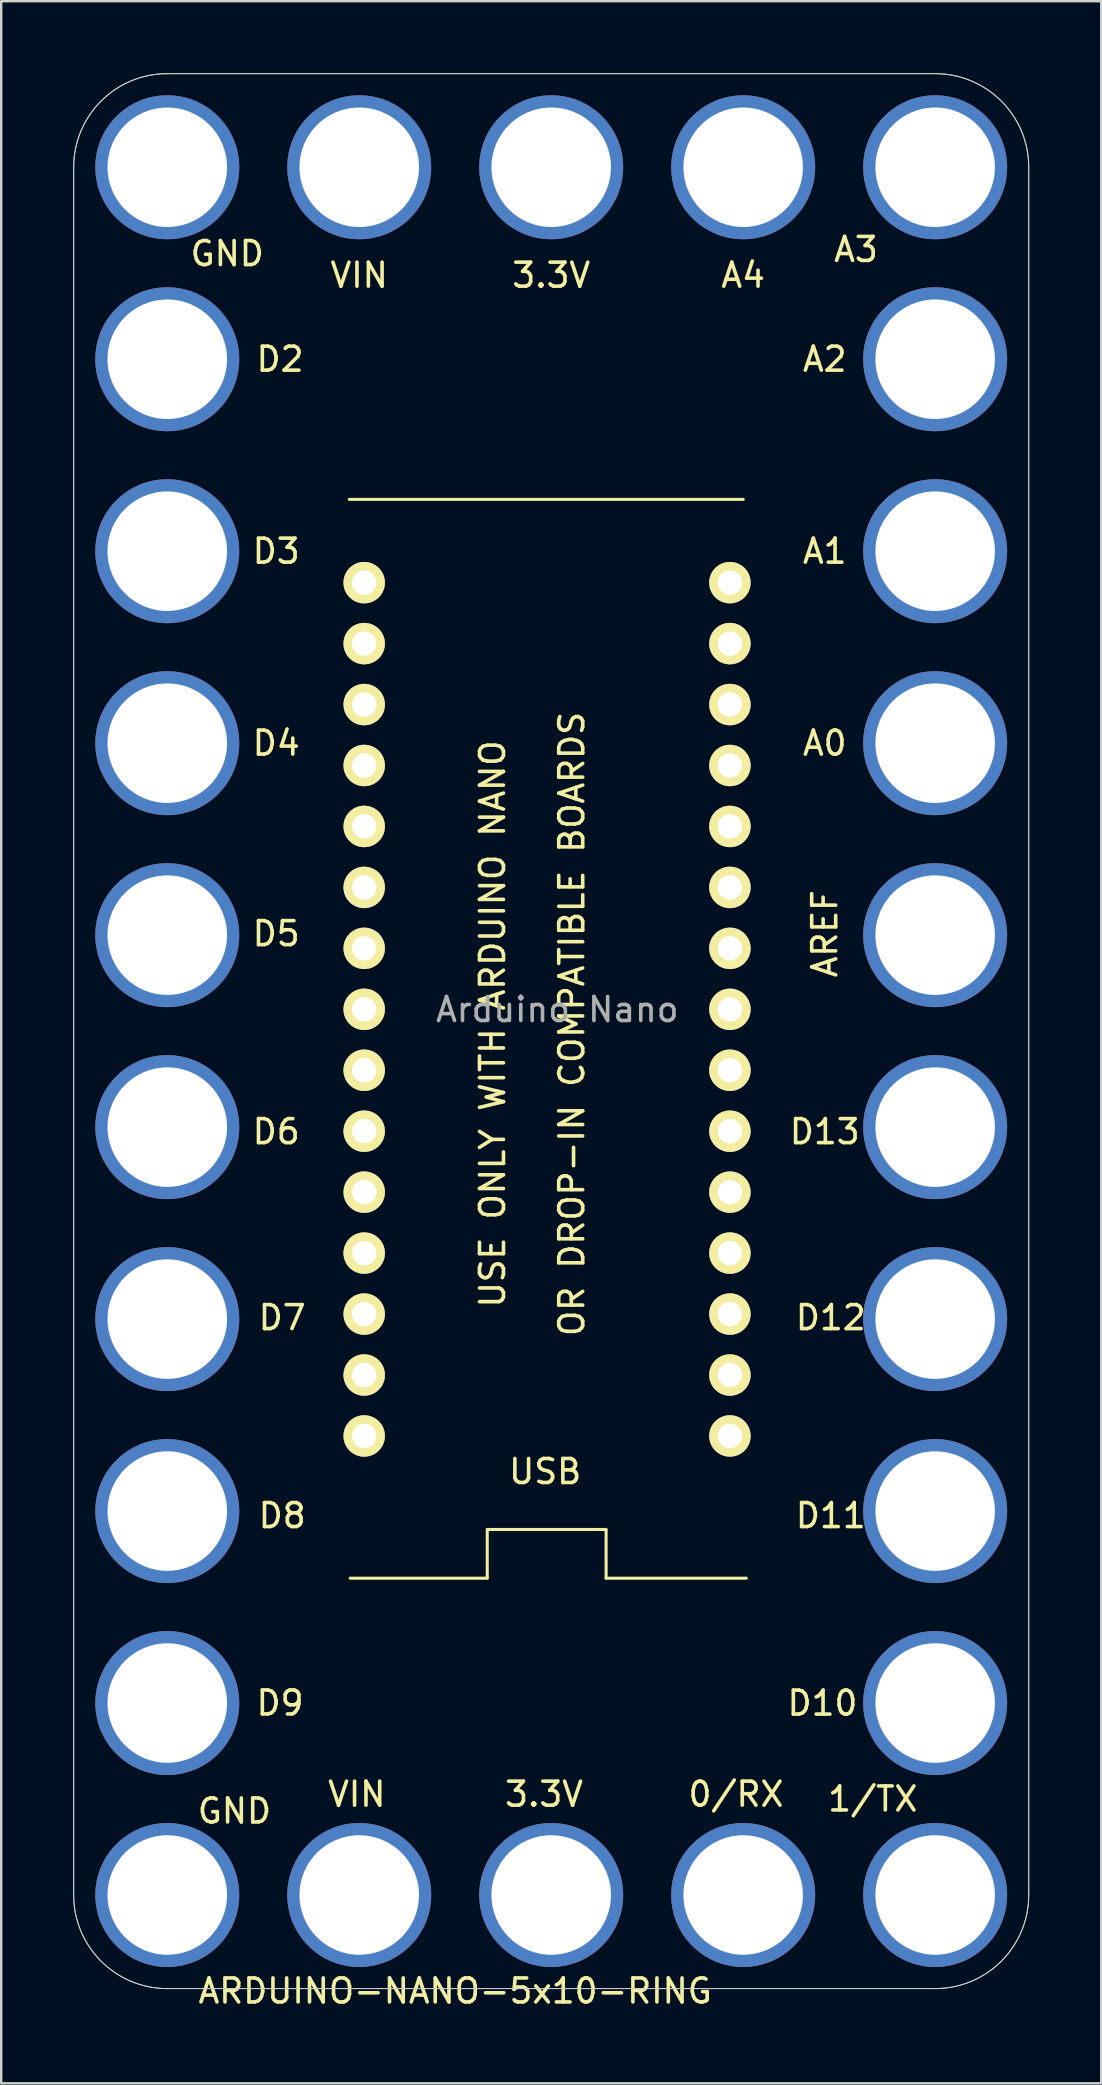
<source format=kicad_pcb>
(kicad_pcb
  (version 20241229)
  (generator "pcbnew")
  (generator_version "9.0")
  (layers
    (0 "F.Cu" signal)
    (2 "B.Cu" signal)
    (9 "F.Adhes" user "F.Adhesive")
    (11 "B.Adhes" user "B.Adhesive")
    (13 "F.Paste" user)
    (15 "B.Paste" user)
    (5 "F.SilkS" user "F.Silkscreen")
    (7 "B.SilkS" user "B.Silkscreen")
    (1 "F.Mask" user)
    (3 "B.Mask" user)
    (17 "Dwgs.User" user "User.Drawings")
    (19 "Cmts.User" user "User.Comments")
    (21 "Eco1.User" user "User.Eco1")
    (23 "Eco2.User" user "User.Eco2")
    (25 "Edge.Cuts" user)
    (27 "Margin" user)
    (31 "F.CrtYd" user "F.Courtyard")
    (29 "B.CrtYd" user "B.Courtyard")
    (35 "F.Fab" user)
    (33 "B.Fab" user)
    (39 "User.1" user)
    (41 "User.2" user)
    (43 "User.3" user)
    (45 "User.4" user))
  (footprint "ARDUINO-NANO-5x10-RING"
    (layer "F.Cu")
    (at 3.92 27.92)
    (property "Reference" "ARDUINO-NANO-5x10-RING" (at 12 52 0) (layer "F.SilkS") (effects (font (size 1 1) (thickness 0.15))))
    (attr through_hole)
    (fp_line (start 7.587 -10.16) (end 24.003 -10.16) (stroke (width 0.127) (type solid)) (layer "F.SilkS"))
    (fp_line (start 7.62 34.798) (end 13.335 34.798) (stroke (width 0.127) (type solid)) (layer "F.SilkS"))
    (fp_line (start 13.335 34.791) (end 13.335 32.791) (stroke (width 0.127) (type solid)) (layer "F.SilkS"))
    (fp_line (start 18.288 32.766) (end 13.335 32.766) (stroke (width 0.127) (type solid)) (layer "F.SilkS"))
    (fp_line (start 18.288 34.798) (end 18.287 32.791) (stroke (width 0.127) (type solid)) (layer "F.SilkS"))
    (fp_line (start 18.288 34.798) (end 24.13 34.798) (stroke (width 0.127) (type solid)) (layer "F.SilkS"))
    (fp_line (start -3.9 -24) (end -3.9 48) (stroke (width 0.041) (type solid)) (layer "Edge.Cuts"))
    (fp_line (start 0 51.9) (end 32 51.9) (stroke (width 0.041) (type solid)) (layer "Edge.Cuts"))
    (fp_line (start 32 -27.9) (end 0 -27.9) (stroke (width 0.041) (type solid)) (layer "Edge.Cuts"))
    (fp_line (start 35.9 48) (end 35.9 -24) (stroke (width 0.041) (type solid)) (layer "Edge.Cuts"))
    (fp_arc (start -3.9 -24) (mid -2.757716 -26.757716) (end 0 -27.9) (stroke (width 0.04064) (type solid)) (layer "Edge.Cuts"))
    (fp_arc (start 0 51.9) (mid -2.755309 50.760122) (end -3.899994 48.006807) (stroke (width 0.04064) (type solid)) (layer "Edge.Cuts"))
    (fp_arc (start 32 -27.9) (mid 34.755309 -26.760122) (end 35.899994 -24.006807) (stroke (width 0.04064) (type solid)) (layer "Edge.Cuts"))
    (fp_arc (start 35.9 48) (mid 34.757716 50.757716) (end 32 51.9) (stroke (width 0.04064) (type solid)) (layer "Edge.Cuts"))
    (fp_line (start -3.9 -24) (end -3.9 48) (stroke (width 0.041) (type solid)) (layer "F.Fab"))
    (fp_line (start 0 51.9) (end 32 51.9) (stroke (width 0.041) (type solid)) (layer "F.Fab"))
    (fp_line (start 32 -27.9) (end 0 -27.9) (stroke (width 0.041) (type solid)) (layer "F.Fab"))
    (fp_line (start 35.9 48) (end 35.9 -24) (stroke (width 0.041) (type solid)) (layer "F.Fab"))
    (fp_arc (start -3.9 -24) (mid -2.757716 -26.757716) (end 0 -27.9) (stroke (width 0.04064) (type solid)) (layer "F.Fab"))
    (fp_arc (start 0 51.9) (mid -2.755309 50.760122) (end -3.899994 48.006807) (stroke (width 0.04064) (type solid)) (layer "F.Fab"))
    (fp_arc (start 32 -27.9) (mid 34.755309 -26.760122) (end 35.899994 -24.006807) (stroke (width 0.04064) (type solid)) (layer "F.Fab"))
    (fp_arc (start 35.9 48) (mid 34.757716 50.757716) (end 32 51.9) (stroke (width 0.04064) (type solid)) (layer "F.Fab"))
    (fp_text user "USE ONLY WITH ARDUINO NANO" (at 13.556 11.701 90) (layer "F.SilkS") (effects (font (size 1 1) (thickness 0.15))))
    (fp_text user "GND" (at 2.8 44.5 180) (layer "F.SilkS") (effects (font (size 1 1) (thickness 0.15))))
    (fp_text user "D8" (at 4.79 32.19 0) (layer "F.SilkS") (effects (font (size 1 1) (thickness 0.15))))
    (fp_text user "A1" (at 27.4 -8 0) (layer "F.SilkS") (effects (font (size 1 1) (thickness 0.15))))
    (fp_text user "3.3V" (at 16 -19.5 0) (layer "F.SilkS") (effects (font (size 1 1) (thickness 0.15))))
    (fp_text user "A4" (at 24 -19.5 0) (layer "F.SilkS") (effects (font (size 1 1) (thickness 0.15))))
    (fp_text user "D2" (at 4.7 -16 0) (layer "F.SilkS") (effects (font (size 1 1) (thickness 0.15))))
    (fp_text user "OR DROP-IN COMPATIBLE BOARDS" (at 16.858 11.701 90) (layer "F.SilkS") (effects (font (size 1 1) (thickness 0.15))))
    (fp_text user "A3" (at 28.702 -20.574 0) (layer "F.SilkS") (effects (font (size 1 1) (thickness 0.15))))
    (fp_text user "1/TX" (at 29.4 44 0) (layer "F.SilkS") (effects (font (size 1 1) (thickness 0.15))))
    (fp_text user "VIN" (at 8 -19.5 0) (layer "F.SilkS") (effects (font (size 1 1) (thickness 0.15))))
    (fp_text user "0/RX" (at 23.7 43.8 0) (layer "F.SilkS") (effects (font (size 1 1) (thickness 0.15))))
    (fp_text user "AREF" (at 27.4 7.94 90) (layer "F.SilkS") (effects (font (size 1 1) (thickness 0.15))))
    (fp_text user "D7" (at 4.79 23.94 0) (layer "F.SilkS") (effects (font (size 1 1) (thickness 0.15))))
    (fp_text user "D3" (at 4.54 -8 0) (layer "F.SilkS") (effects (font (size 1 1) (thickness 0.15))))
    (fp_text user "D12" (at 27.65 23.94 0) (layer "F.SilkS") (effects (font (size 1 1) (thickness 0.15))))
    (fp_text user "USB" (at 15.748 30.353 0) (layer "F.SilkS") (effects (font (size 1 1) (thickness 0.15))))
    (fp_text user "3.3V" (at 15.7 43.8 0) (layer "F.SilkS") (effects (font (size 1 1) (thickness 0.15))))
    (fp_text user "D9" (at 4.7 40 0) (layer "F.SilkS") (effects (font (size 1 1) (thickness 0.15))))
    (fp_text user "D13" (at 27.4 16.19 0) (layer "F.SilkS") (effects (font (size 1 1) (thickness 0.15))))
    (fp_text user "D6" (at 4.54 16.19 0) (layer "F.SilkS") (effects (font (size 1 1) (thickness 0.15))))
    (fp_text user "VIN" (at 7.9 43.8 0) (layer "F.SilkS") (effects (font (size 1 1) (thickness 0.15))))
    (fp_text user "D11" (at 27.65 32.19 0) (layer "F.SilkS") (effects (font (size 1 1) (thickness 0.15))))
    (fp_text user "D5" (at 4.54 7.94 0) (layer "F.SilkS") (effects (font (size 1 1) (thickness 0.15))))
    (fp_text user "A2" (at 27.4 -16 0) (layer "F.SilkS") (effects (font (size 1 1) (thickness 0.15))))
    (fp_text user "D4" (at 4.54 0 0) (layer "F.SilkS") (effects (font (size 1 1) (thickness 0.15))))
    (fp_text user "D10" (at 27.305 40.005 0) (layer "F.SilkS") (effects (font (size 1 1) (thickness 0.15))))
    (fp_text user "GND" (at 2.5 -20.4 0) (layer "F.SilkS") (effects (font (size 1 1) (thickness 0.15))))
    (fp_text user "A0" (at 27.4 0 0) (layer "F.SilkS") (effects (font (size 1 1) (thickness 0.15))))
    (fp_text user "Arduino Nano" (at 16.256 11.101 0) (layer "F.Fab") (effects (font (size 1 1) (thickness 0.15))))
    (pad "3.3V" thru_hole circle (at 16 -24 90) (size 6 6) (drill 4.98) (layers "*.Cu" "*.Mask"))
    (pad "3.3V" thru_hole circle (at 16 48 90) (size 6 6) (drill 4.98) (layers "*.Cu" "*.Mask"))
    (pad "3V3" thru_hole circle (at 23.447 26.331 180) (size 1.727 1.727) (drill 1.016) (layers "*.Cu" "*.Mask" "F.SilkS"))
    (pad "5V" thru_hole circle (at 23.447 0.93 180) (size 1.727 1.727) (drill 1.016) (layers "*.Cu" "*.Mask" "F.SilkS"))
    (pad "A0" thru_hole circle (at 23.447 21.25 180) (size 1.727 1.727) (drill 1.016) (layers "*.Cu" "*.Mask" "F.SilkS"))
    (pad "A0" thru_hole circle (at 32 0 90) (size 6 6) (drill 4.98) (layers "*.Cu" "*.Mask"))
    (pad "A1" thru_hole circle (at 23.447 18.71 180) (size 1.727 1.727) (drill 1.016) (layers "*.Cu" "*.Mask" "F.SilkS"))
    (pad "A1" thru_hole circle (at 32 -8 90) (size 6 6) (drill 4.98) (layers "*.Cu" "*.Mask"))
    (pad "A2" thru_hole circle (at 23.447 16.171 180) (size 1.727 1.727) (drill 1.016) (layers "*.Cu" "*.Mask" "F.SilkS"))
    (pad "A2" thru_hole circle (at 32 -16 90) (size 6 6) (drill 4.98) (layers "*.Cu" "*.Mask"))
    (pad "A3" thru_hole circle (at 23.447 13.63 180) (size 1.727 1.727) (drill 1.016) (layers "*.Cu" "*.Mask" "F.SilkS"))
    (pad "A3" thru_hole circle (at 32 -24 90) (size 6 6) (drill 4.98) (layers "*.Cu" "*.Mask"))
    (pad "A4" thru_hole circle (at 23.447 11.091 180) (size 1.727 1.727) (drill 1.016) (layers "*.Cu" "*.Mask" "F.SilkS"))
    (pad "A4" thru_hole circle (at 24 -24 90) (size 6 6) (drill 4.98) (layers "*.Cu" "*.Mask"))
    (pad "A5" thru_hole circle (at 23.447 8.55 180) (size 1.727 1.727) (drill 1.016) (layers "*.Cu" "*.Mask" "F.SilkS"))
    (pad "A6" thru_hole circle (at 23.447 6.011 180) (size 1.727 1.727) (drill 1.016) (layers "*.Cu" "*.Mask" "F.SilkS"))
    (pad "A7" thru_hole circle (at 23.447 3.47 180) (size 1.727 1.727) (drill 1.016) (layers "*.Cu" "*.Mask" "F.SilkS"))
    (pad "AREF" thru_hole circle (at 32 8 90) (size 6 6) (drill 4.98) (layers "*.Cu" "*.Mask"))
    (pad "D0RX" thru_hole circle (at 8.207 -4.149 180) (size 1.727 1.727) (drill 1.016) (layers "*.Cu" "*.Mask" "F.SilkS"))
    (pad "D0RX" thru_hole circle (at 24 48 90) (size 6 6) (drill 4.98) (layers "*.Cu" "*.Mask"))
    (pad "D1TX" thru_hole circle (at 8.207 -6.689 180) (size 1.727 1.727) (drill 1.016) (layers "*.Cu" "*.Mask" "F.SilkS"))
    (pad "D1TX" thru_hole circle (at 32 48 90) (size 6 6) (drill 4.98) (layers "*.Cu" "*.Mask"))
    (pad "D2" thru_hole circle (at 0 -16 90) (size 6 6) (drill 4.98) (layers "*.Cu" "*.Mask"))
    (pad "D2" thru_hole circle (at 8.207 3.47 180) (size 1.727 1.727) (drill 1.016) (layers "*.Cu" "*.Mask" "F.SilkS"))
    (pad "D3" thru_hole circle (at 0 -8 90) (size 6 6) (drill 4.98) (layers "*.Cu" "*.Mask"))
    (pad "D3" thru_hole circle (at 8.207 6.011 180) (size 1.727 1.727) (drill 1.016) (layers "*.Cu" "*.Mask" "F.SilkS"))
    (pad "D4" thru_hole circle (at 0.001 0 90) (size 6 6) (drill 4.98) (layers "*.Cu" "*.Mask"))
    (pad "D4" thru_hole circle (at 8.207 8.55 180) (size 1.727 1.727) (drill 1.016) (layers "*.Cu" "*.Mask" "F.SilkS"))
    (pad "D5" thru_hole circle (at 0 8 90) (size 6 6) (drill 4.98) (layers "*.Cu" "*.Mask"))
    (pad "D5" thru_hole circle (at 8.207 11.091 180) (size 1.727 1.727) (drill 1.016) (layers "*.Cu" "*.Mask" "F.SilkS"))
    (pad "D6" thru_hole circle (at 0.001 16 90) (size 6 6) (drill 4.98) (layers "*.Cu" "*.Mask"))
    (pad "D6" thru_hole circle (at 8.207 13.63 180) (size 1.727 1.727) (drill 1.016) (layers "*.Cu" "*.Mask" "F.SilkS"))
    (pad "D7" thru_hole circle (at 0.001 24 90) (size 6 6) (drill 4.98) (layers "*.Cu" "*.Mask"))
    (pad "D7" thru_hole circle (at 8.207 16.171 180) (size 1.727 1.727) (drill 1.016) (layers "*.Cu" "*.Mask" "F.SilkS"))
    (pad "D8" thru_hole circle (at 0.001 32 90) (size 6 6) (drill 4.98) (layers "*.Cu" "*.Mask"))
    (pad "D8" thru_hole circle (at 8.207 18.71 180) (size 1.727 1.727) (drill 1.016) (layers "*.Cu" "*.Mask" "F.SilkS"))
    (pad "D9" thru_hole circle (at 0.001 40 90) (size 6 6) (drill 4.98) (layers "*.Cu" "*.Mask"))
    (pad "D9" thru_hole circle (at 8.207 21.25 180) (size 1.727 1.727) (drill 1.016) (layers "*.Cu" "*.Mask" "F.SilkS"))
    (pad "D10" thru_hole circle (at 8.207 23.791 180) (size 1.727 1.727) (drill 1.016) (layers "*.Cu" "*.Mask" "F.SilkS"))
    (pad "D10" thru_hole circle (at 32 40 90) (size 6 6) (drill 4.98) (layers "*.Cu" "*.Mask"))
    (pad "D11" thru_hole circle (at 8.207 26.331 180) (size 1.727 1.727) (drill 1.016) (layers "*.Cu" "*.Mask" "F.SilkS"))
    (pad "D11" thru_hole circle (at 32 32 90) (size 6 6) (drill 4.98) (layers "*.Cu" "*.Mask"))
    (pad "D12" thru_hole circle (at 8.207 28.87 180) (size 1.727 1.727) (drill 1.016) (layers "*.Cu" "*.Mask" "F.SilkS"))
    (pad "D12" thru_hole circle (at 32 24 90) (size 6 6) (drill 4.98) (layers "*.Cu" "*.Mask"))
    (pad "D13" thru_hole circle (at 23.447 28.87 180) (size 1.727 1.727) (drill 1.016) (layers "*.Cu" "*.Mask" "F.SilkS"))
    (pad "D13" thru_hole circle (at 32 16 90) (size 6 6) (drill 4.98) (layers "*.Cu" "*.Mask"))
    (pad "GND" thru_hole circle (at 0.001 -24 90) (size 6 6) (drill 4.98) (layers "*.Cu" "*.Mask"))
    (pad "GND" thru_hole circle (at 0.001 48 90) (size 6 6) (drill 4.98) (layers "*.Cu" "*.Mask"))
    (pad "GND" thru_hole circle (at 8.207 0.93 180) (size 1.727 1.727) (drill 1.016) (layers "*.Cu" "*.Mask" "F.SilkS"))
    (pad "GND" thru_hole circle (at 23.447 -4.149 180) (size 1.727 1.727) (drill 1.016) (layers "*.Cu" "*.Mask" "F.SilkS"))
    (pad "REF" thru_hole circle (at 23.447 23.791 180) (size 1.727 1.727) (drill 1.016) (layers "*.Cu" "*.Mask" "F.SilkS"))
    (pad "RST" thru_hole circle (at 8.207 -1.609 180) (size 1.727 1.727) (drill 1.016) (layers "*.Cu" "*.Mask" "F.SilkS"))
    (pad "RST" thru_hole circle (at 23.447 -1.609 180) (size 1.727 1.727) (drill 1.016) (layers "*.Cu" "*.Mask" "F.SilkS"))
    (pad "VIN" thru_hole circle (at 8 -24 90) (size 6 6) (drill 4.98) (layers "*.Cu" "*.Mask"))
    (pad "VIN" thru_hole circle (at 8 48 90) (size 6 6) (drill 4.98) (layers "*.Cu" "*.Mask"))
    (pad "VIN" thru_hole circle (at 23.447 -6.689 180) (size 1.727 1.727) (drill 1.016) (layers "*.Cu" "*.Mask" "F.SilkS")))
  (gr_rect
    (start -3 -3)
    (end 42.841 83.769)
    (stroke (width 0.1) (type default))
    (fill no)
    (layer "Edge.Cuts")))
</source>
